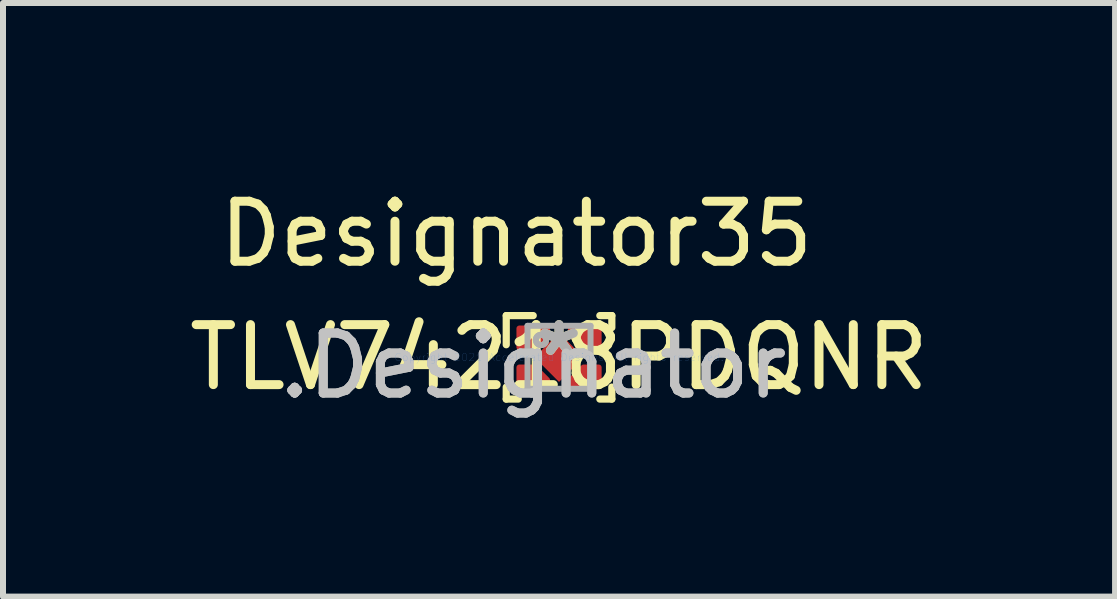
<source format=kicad_pcb>
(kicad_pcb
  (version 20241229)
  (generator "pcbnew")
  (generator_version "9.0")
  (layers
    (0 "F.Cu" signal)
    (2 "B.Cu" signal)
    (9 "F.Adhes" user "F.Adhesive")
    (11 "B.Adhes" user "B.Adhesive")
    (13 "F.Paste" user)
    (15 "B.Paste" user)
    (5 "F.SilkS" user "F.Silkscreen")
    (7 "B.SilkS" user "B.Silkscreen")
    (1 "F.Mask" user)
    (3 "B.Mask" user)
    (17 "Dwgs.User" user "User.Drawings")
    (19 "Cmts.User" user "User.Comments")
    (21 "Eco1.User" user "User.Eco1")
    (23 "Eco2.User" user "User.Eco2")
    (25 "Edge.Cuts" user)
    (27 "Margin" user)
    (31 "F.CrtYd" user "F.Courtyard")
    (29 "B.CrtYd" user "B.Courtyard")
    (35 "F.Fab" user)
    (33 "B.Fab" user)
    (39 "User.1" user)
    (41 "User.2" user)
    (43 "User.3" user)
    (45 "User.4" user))
  (footprint "TLV74218PDQNR"
    (layer "F.Cu")
    (at 6.268 2.906)
    (property "Reference" "TLV74218PDQNR" (at 0 0 0) (layer "F.SilkS") (effects (font (size 1 1) (thickness 0.15))))
    (attr through_hole)
    (fp_poly (pts (xy -0.66 -0.48) (xy -0.2 -0.48) (xy -0.2 -0.379) (xy -0.409 -0.17) (xy -0.66 -0.17)) (stroke (width 0.1) (type solid)) (fill yes) (layer "F.Cu"))
    (fp_poly (pts (xy -0.66 0.48) (xy -0.2 0.48) (xy -0.2 0.379) (xy -0.409 0.17) (xy -0.66 0.17)) (stroke (width 0.1) (type solid)) (fill yes) (layer "F.Cu"))
    (fp_poly (pts (xy 0.66 -0.48) (xy 0.2 -0.48) (xy 0.2 -0.379) (xy 0.409 -0.17) (xy 0.66 -0.17)) (stroke (width 0.1) (type solid)) (fill yes) (layer "F.Cu"))
    (fp_poly (pts (xy 0.66 0.48) (xy 0.2 0.48) (xy 0.2 0.379) (xy 0.409 0.17) (xy 0.66 0.17)) (stroke (width 0.1) (type solid)) (fill yes) (layer "F.Cu"))
    (fp_poly (pts (xy -0.61 -0.43) (xy -0.25 -0.43) (xy -0.25 -0.4) (xy -0.43 -0.22) (xy -0.61 -0.22)) (stroke (width 0.1) (type solid)) (fill yes) (layer "F.Mask"))
    (fp_poly (pts (xy -0.61 0.43) (xy -0.61 0.22) (xy -0.43 0.22) (xy -0.25 0.4) (xy -0.25 0.43)) (stroke (width 0.1) (type solid)) (fill yes) (layer "F.Mask"))
    (fp_poly (pts (xy 0.61 -0.43) (xy 0.61 -0.22) (xy 0.43 -0.22) (xy 0.25 -0.4) (xy 0.25 -0.43)) (stroke (width 0.1) (type solid)) (fill yes) (layer "F.Mask"))
    (fp_poly (pts (xy 0.61 0.43) (xy 0.25 0.43) (xy 0.25 0.4) (xy 0.43 0.22) (xy 0.61 0.22)) (stroke (width 0.1) (type solid)) (fill yes) (layer "F.Mask"))
    (fp_line (start -0.88 -0.696) (end -0.43 -0.696) (stroke (width 0.12) (type solid)) (layer "F.SilkS"))
    (fp_line (start -0.88 -0.21) (end -0.88 -0.696) (stroke (width 0.12) (type solid)) (layer "F.SilkS"))
    (fp_line (start -0.88 0.696) (end -0.88 0.496) (stroke (width 0.12) (type solid)) (layer "F.SilkS"))
    (fp_line (start -0.88 0.696) (end -0.68 0.696) (stroke (width 0.12) (type solid)) (layer "F.SilkS"))
    (fp_line (start 0.68 -0.696) (end 0.88 -0.696) (stroke (width 0.12) (type solid)) (layer "F.SilkS"))
    (fp_line (start 0.68 0.696) (end 0.88 0.696) (stroke (width 0.12) (type solid)) (layer "F.SilkS"))
    (fp_line (start 0.88 -0.496) (end 0.88 -0.696) (stroke (width 0.12) (type solid)) (layer "F.SilkS"))
    (fp_line (start 0.88 0.696) (end 0.88 0.496) (stroke (width 0.12) (type solid)) (layer "F.SilkS"))
    (fp_poly (pts (xy -0.65 -0.43) (xy -0.25 -0.43) (xy -0.25 -0.4) (xy -0.43 -0.22) (xy -0.65 -0.22)) (stroke (width 0.1) (type solid)) (fill yes) (layer "F.Paste"))
    (fp_poly (pts (xy -0.65 0.43) (xy -0.25 0.43) (xy -0.25 0.4) (xy -0.43 0.22) (xy -0.65 0.22)) (stroke (width 0.1) (type solid)) (fill yes) (layer "F.Paste"))
    (fp_poly (pts (xy 0.65 -0.43) (xy 0.25 -0.43) (xy 0.25 -0.4) (xy 0.43 -0.22) (xy 0.65 -0.22)) (stroke (width 0.1) (type solid)) (fill yes) (layer "F.Paste"))
    (fp_poly (pts (xy 0.65 0.43) (xy 0.25 0.43) (xy 0.25 0.4) (xy 0.43 0.22) (xy 0.65 0.22)) (stroke (width 0.1) (type solid)) (fill yes) (layer "F.Paste"))
    (fp_line (start -0.525 -0.525) (end 0.525 -0.525) (stroke (width 0.1) (type solid)) (layer "F.Fab"))
    (fp_line (start -0.525 0.525) (end -0.525 -0.525) (stroke (width 0.1) (type solid)) (layer "F.Fab"))
    (fp_line (start -0.525 0.525) (end 0.525 0.525) (stroke (width 0.1) (type solid)) (layer "F.Fab"))
    (fp_line (start 0.525 0.525) (end 0.525 -0.525) (stroke (width 0.1) (type solid)) (layer "F.Fab"))
    (fp_circle (center -0.3 -0.29) (end -0.214 -0.29) (stroke (width 0.1) (type solid)) (fill no) (layer "F.Fab"))
    (fp_circle (center -0.3 -0.29) (end -0.214 -0.29) (stroke (width 0.1) (type solid)) (fill no) (layer "F.Fab"))
    (fp_text user "*" (at 0 0 0) (layer "F.SilkS") (effects (font (size 1 1) (thickness 0.15))))
    (fp_text user "Designator35" (at -0.711 -2.057 0) (layer "F.SilkS") (effects (font (size 1 1) (thickness 0.15))))
    (fp_text user ".Designator" (at -0.43 0.14 0) (layer "Dwgs.User") (effects (font (size 1 1) (thickness 0.15))))
    (fp_text user "Copyright 2021 Accelerated Designs. All rights reserved." (at 0 0 0) (layer "Cmts.User") (effects (font (size 0.127 0.127) (thickness 0.002))))
    (fp_text user ".Designator" (at -0.43 0.14 0) (layer "F.Fab") (effects (font (size 1 1) (thickness 0.15))))
    (fp_text user "*" (at 0 0 0) (layer "F.Fab") (effects (font (size 1 1) (thickness 0.15))))
    (pad "1" smd rect (at -0.535 -0.325) (size 0.25 0.31) (layers "F.Cu"))
    (pad "2" smd rect (at -0.535 0.325) (size 0.25 0.31) (layers "F.Cu"))
    (pad "3" smd rect (at 0.535 0.325) (size 0.25 0.31) (layers "F.Cu"))
    (pad "4" smd rect (at 0.535 -0.325) (size 0.25 0.31) (layers "F.Cu"))
    (pad "5" smd rect (at 0 0 45) (size 0.58 0.58) (layers "F.Cu" "F.Mask" "F.Paste")))
  (gr_rect
    (start -3 -3)
    (end 15.536 6.894)
    (stroke (width 0.1) (type default))
    (fill no)
    (layer "Edge.Cuts")))
</source>
